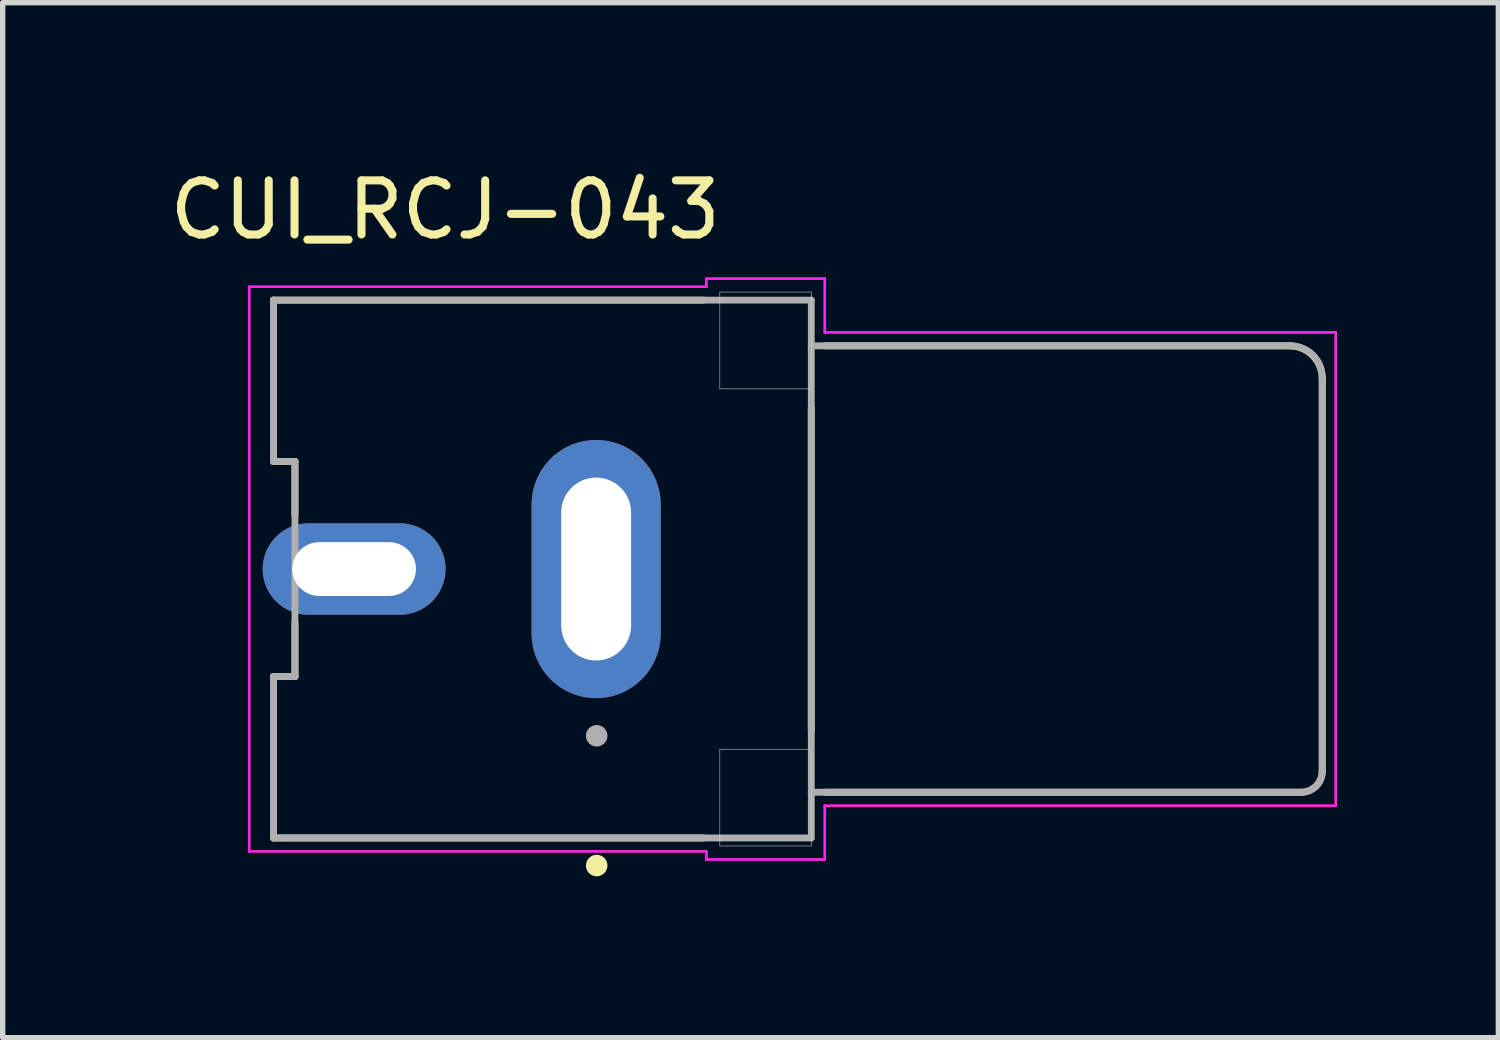
<source format=kicad_pcb>
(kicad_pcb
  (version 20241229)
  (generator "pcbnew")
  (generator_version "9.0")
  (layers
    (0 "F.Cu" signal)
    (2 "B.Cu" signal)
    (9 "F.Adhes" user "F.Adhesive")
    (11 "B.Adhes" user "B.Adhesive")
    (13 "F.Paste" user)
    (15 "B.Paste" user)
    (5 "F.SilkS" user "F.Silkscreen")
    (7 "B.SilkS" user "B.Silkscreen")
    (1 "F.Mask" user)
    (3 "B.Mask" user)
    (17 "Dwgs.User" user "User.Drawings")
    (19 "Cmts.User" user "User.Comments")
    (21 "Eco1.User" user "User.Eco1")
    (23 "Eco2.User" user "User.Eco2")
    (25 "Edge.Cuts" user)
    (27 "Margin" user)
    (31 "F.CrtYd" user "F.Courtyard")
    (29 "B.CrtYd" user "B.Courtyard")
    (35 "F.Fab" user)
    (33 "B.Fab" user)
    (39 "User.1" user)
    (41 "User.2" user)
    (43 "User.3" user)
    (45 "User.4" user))
  (footprint "CUI_RCJ-043"
    (layer "F.Cu")
    (at 12.034 7.53)
    (property "Reference" "CUI_RCJ-043" (at -6.806 -6.678 0) (layer "F.SilkS") (effects (font (size 1.006 1.006) (thickness 0.15))))
    (attr through_hole)
    (fp_line (start -10 -5) (end -2 -5) (stroke (width 0.127) (type solid)) (layer "F.SilkS"))
    (fp_line (start -10 -2) (end -10 -5) (stroke (width 0.127) (type solid)) (layer "F.SilkS"))
    (fp_line (start -10 2) (end -9.6 2) (stroke (width 0.127) (type solid)) (layer "F.SilkS"))
    (fp_line (start -10 5) (end -10 2) (stroke (width 0.127) (type solid)) (layer "F.SilkS"))
    (fp_line (start -10 5) (end -2 5) (stroke (width 0.127) (type solid)) (layer "F.SilkS"))
    (fp_line (start -9.6 -2) (end -10 -2) (stroke (width 0.127) (type solid)) (layer "F.SilkS"))
    (fp_line (start -9.6 -1) (end -9.6 -2) (stroke (width 0.127) (type solid)) (layer "F.SilkS"))
    (fp_line (start -9.6 2) (end -9.6 1) (stroke (width 0.127) (type solid)) (layer "F.SilkS"))
    (fp_line (start 0 3) (end 0 -3) (stroke (width 0.127) (type solid)) (layer "F.SilkS"))
    (fp_line (start 0.25 -4.15) (end 8.89 -4.15) (stroke (width 0.127) (type solid)) (layer "F.SilkS"))
    (fp_line (start 9.11 4.15) (end 0.25 4.15) (stroke (width 0.127) (type solid)) (layer "F.SilkS"))
    (fp_line (start 9.5 -3.54) (end 9.5 3.76) (stroke (width 0.127) (type solid)) (layer "F.SilkS"))
    (fp_arc (start 8.89 -4.15) (mid 9.321335 -3.971335) (end 9.5 -3.54) (stroke (width 0.127) (type solid)) (layer "F.SilkS"))
    (fp_arc (start 9.5 3.76) (mid 9.385772 4.035772) (end 9.11 4.15) (stroke (width 0.127) (type solid)) (layer "F.SilkS"))
    (fp_circle (center -3.99 5.513) (end -3.89 5.513) (stroke (width 0.2) (type solid)) (fill no) (layer "F.SilkS"))
    (fp_line (start -1.7 -5.15) (end -1.7 -3.35) (stroke (width 0.01) (type solid)) (layer "Edge.Cuts"))
    (fp_line (start -1.7 -3.35) (end 0 -3.35) (stroke (width 0.01) (type solid)) (layer "Edge.Cuts"))
    (fp_line (start -1.7 3.35) (end -1.7 5.15) (stroke (width 0.01) (type solid)) (layer "Edge.Cuts"))
    (fp_line (start -1.7 5.15) (end 0 5.15) (stroke (width 0.01) (type solid)) (layer "Edge.Cuts"))
    (fp_line (start 0 -5.15) (end -1.7 -5.15) (stroke (width 0.01) (type solid)) (layer "Edge.Cuts"))
    (fp_line (start 0 -3.35) (end 0 -5.15) (stroke (width 0.01) (type solid)) (layer "Edge.Cuts"))
    (fp_line (start 0 3.35) (end -1.7 3.35) (stroke (width 0.01) (type solid)) (layer "Edge.Cuts"))
    (fp_line (start 0 5.15) (end 0 3.35) (stroke (width 0.01) (type solid)) (layer "Edge.Cuts"))
    (fp_line (start -10.45 -5.25) (end -10.45 5.25) (stroke (width 0.05) (type solid)) (layer "F.CrtYd"))
    (fp_line (start -10.45 5.25) (end -1.95 5.25) (stroke (width 0.05) (type solid)) (layer "F.CrtYd"))
    (fp_line (start -1.95 -5.4) (end -1.95 -5.25) (stroke (width 0.05) (type solid)) (layer "F.CrtYd"))
    (fp_line (start -1.95 -5.25) (end -10.45 -5.25) (stroke (width 0.05) (type solid)) (layer "F.CrtYd"))
    (fp_line (start -1.95 5.25) (end -1.95 5.4) (stroke (width 0.05) (type solid)) (layer "F.CrtYd"))
    (fp_line (start -1.95 5.4) (end 0.25 5.4) (stroke (width 0.05) (type solid)) (layer "F.CrtYd"))
    (fp_line (start 0.25 -5.4) (end -1.95 -5.4) (stroke (width 0.05) (type solid)) (layer "F.CrtYd"))
    (fp_line (start 0.25 -4.4) (end 0.25 -5.4) (stroke (width 0.05) (type solid)) (layer "F.CrtYd"))
    (fp_line (start 0.25 4.4) (end 9.75 4.4) (stroke (width 0.05) (type solid)) (layer "F.CrtYd"))
    (fp_line (start 0.25 5.4) (end 0.25 4.4) (stroke (width 0.05) (type solid)) (layer "F.CrtYd"))
    (fp_line (start 9.75 -4.4) (end 0.25 -4.4) (stroke (width 0.05) (type solid)) (layer "F.CrtYd"))
    (fp_line (start 9.75 4.4) (end 9.75 -4.4) (stroke (width 0.05) (type solid)) (layer "F.CrtYd"))
    (fp_line (start -10 -5) (end 0 -5) (stroke (width 0.127) (type solid)) (layer "F.Fab"))
    (fp_line (start -10 -2) (end -10 -5) (stroke (width 0.127) (type solid)) (layer "F.Fab"))
    (fp_line (start -10 2) (end -9.6 2) (stroke (width 0.127) (type solid)) (layer "F.Fab"))
    (fp_line (start -10 5) (end -10 2) (stroke (width 0.127) (type solid)) (layer "F.Fab"))
    (fp_line (start -9.6 -2) (end -10 -2) (stroke (width 0.127) (type solid)) (layer "F.Fab"))
    (fp_line (start -9.6 2) (end -9.6 -2) (stroke (width 0.127) (type solid)) (layer "F.Fab"))
    (fp_line (start 0 -5) (end 0 -4.15) (stroke (width 0.127) (type solid)) (layer "F.Fab"))
    (fp_line (start 0 -4.15) (end 0 4.15) (stroke (width 0.127) (type solid)) (layer "F.Fab"))
    (fp_line (start 0 -4.15) (end 8.91 -4.15) (stroke (width 0.127) (type solid)) (layer "F.Fab"))
    (fp_line (start 0 4.15) (end 0 5) (stroke (width 0.127) (type solid)) (layer "F.Fab"))
    (fp_line (start 0 5) (end -10 5) (stroke (width 0.127) (type solid)) (layer "F.Fab"))
    (fp_line (start 9.11 4.15) (end 0 4.15) (stroke (width 0.127) (type solid)) (layer "F.Fab"))
    (fp_line (start 9.5 -3.56) (end 9.5 3.76) (stroke (width 0.127) (type solid)) (layer "F.Fab"))
    (fp_arc (start 8.91 -4.15) (mid 9.327193 -3.977193) (end 9.5 -3.56) (stroke (width 0.127) (type solid)) (layer "F.Fab"))
    (fp_arc (start 9.5 3.76) (mid 9.385772 4.035772) (end 9.11 4.15) (stroke (width 0.127) (type solid)) (layer "F.Fab"))
    (fp_circle (center -3.99 3.1) (end -3.89 3.1) (stroke (width 0.2) (type solid)) (fill no) (layer "F.Fab"))
    (pad "1" thru_hole oval (at -4 0) (size 2.4 4.8) (drill oval 1.3 3.4) (layers "*.Cu" "*.Mask"))
    (pad "2" thru_hole oval (at -8.5 0) (size 3.4 1.7) (drill oval 2.3 1) (layers "*.Cu" "*.Mask")))
  (gr_rect
    (start -3 -3)
    (end 24.809 16.243)
    (stroke (width 0.1) (type default))
    (fill no)
    (layer "Edge.Cuts")))
</source>
